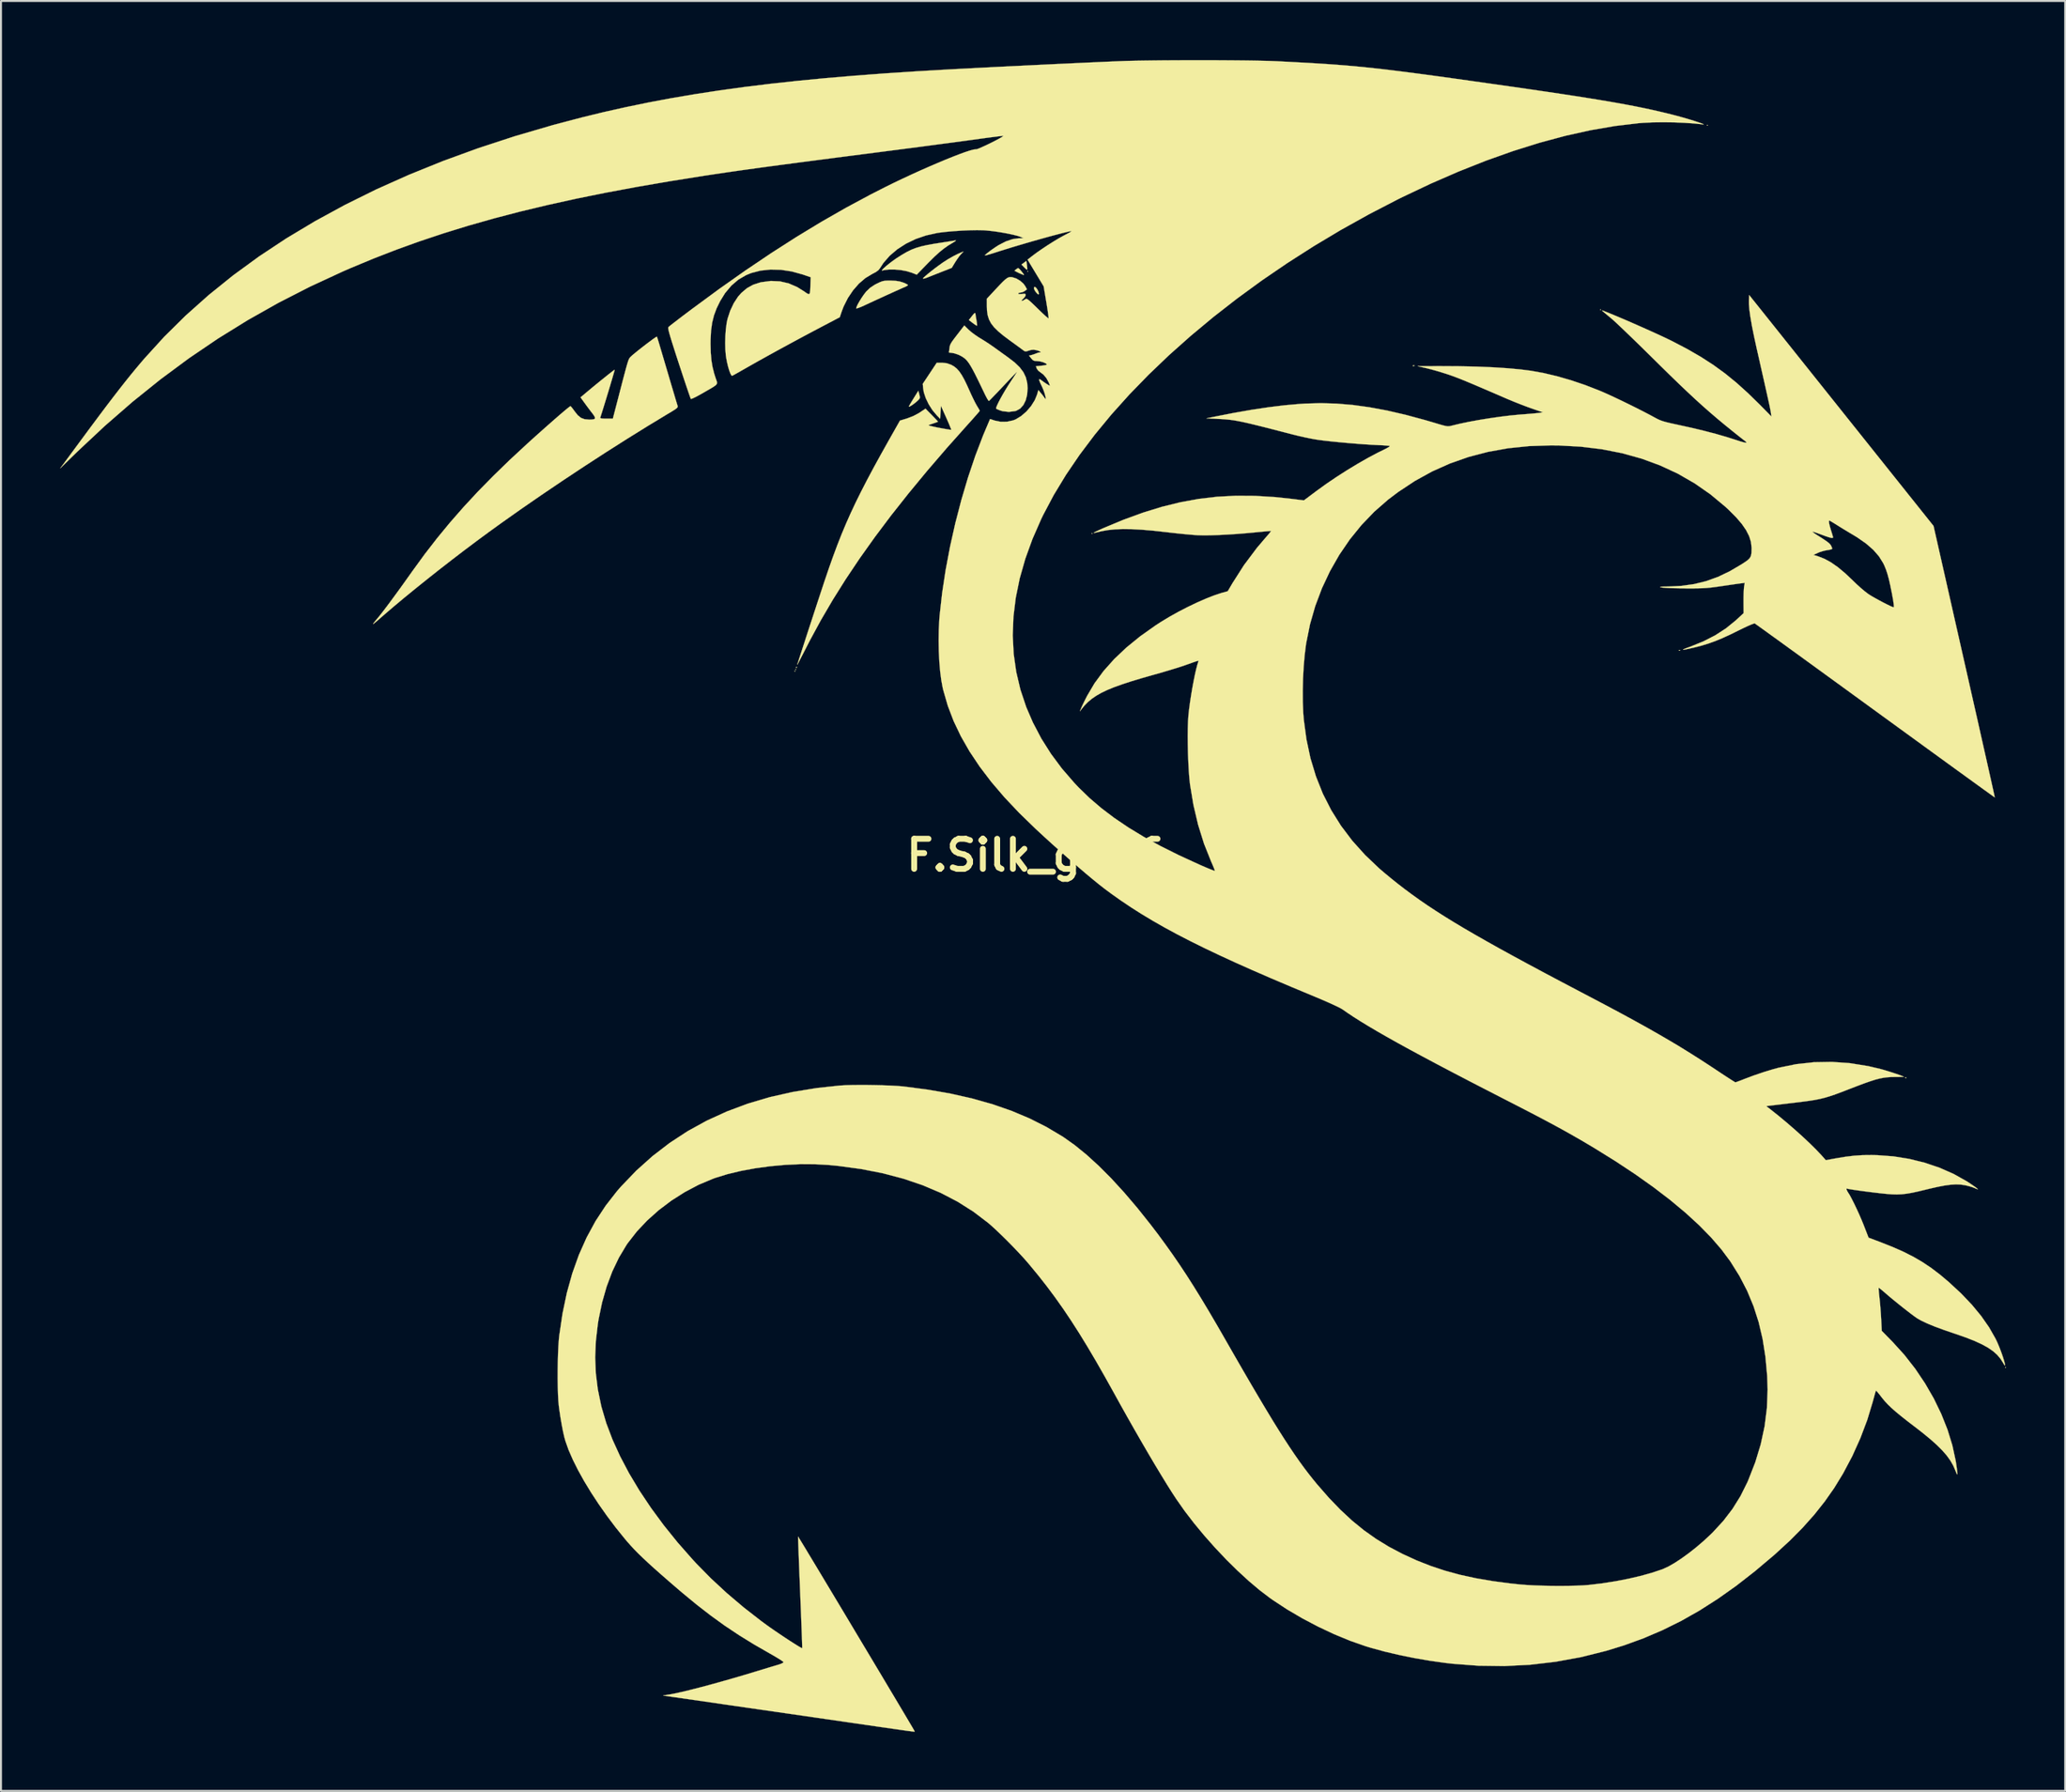
<source format=kicad_pcb>
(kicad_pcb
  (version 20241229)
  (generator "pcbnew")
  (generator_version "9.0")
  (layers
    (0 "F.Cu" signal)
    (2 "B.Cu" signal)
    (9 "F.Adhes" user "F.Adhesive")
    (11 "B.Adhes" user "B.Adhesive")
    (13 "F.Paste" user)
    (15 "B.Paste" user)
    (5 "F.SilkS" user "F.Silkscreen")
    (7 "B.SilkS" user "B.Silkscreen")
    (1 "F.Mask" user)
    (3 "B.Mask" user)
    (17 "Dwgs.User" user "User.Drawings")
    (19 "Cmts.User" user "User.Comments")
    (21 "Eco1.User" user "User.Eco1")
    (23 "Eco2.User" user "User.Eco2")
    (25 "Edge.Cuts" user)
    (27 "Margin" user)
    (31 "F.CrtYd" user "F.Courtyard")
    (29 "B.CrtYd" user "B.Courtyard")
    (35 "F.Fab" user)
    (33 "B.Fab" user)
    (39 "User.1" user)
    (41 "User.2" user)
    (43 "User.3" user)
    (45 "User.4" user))
  (footprint "F.Silk_g836"
    (layer "F.Cu")
    (at 49.504 40.321)
    (property "Reference" "F.Silk_g836" (at 0 0 0) (layer "F.SilkS") (effects (font (size 1.524 1.524) (thickness 0.3))))
    (attr through_hole)
    (fp_poly (pts (xy -12.234 -9.335) (xy -12.255 -9.313) (xy -12.277 -9.335) (xy -12.255 -9.356) (xy -12.234 -9.335)) (stroke (width 0.01) (type solid)) (fill yes) (layer "F.SilkS"))
    (fp_poly (pts (xy -12.192 -9.419) (xy -12.213 -9.398) (xy -12.234 -9.419) (xy -12.213 -9.44) (xy -12.192 -9.419)) (stroke (width 0.01) (type solid)) (fill yes) (layer "F.SilkS"))
    (fp_poly (pts (xy -0.423 -29.612) (xy -0.445 -29.591) (xy -0.466 -29.612) (xy -0.445 -29.633) (xy -0.423 -29.612)) (stroke (width 0.01) (type solid)) (fill yes) (layer "F.SilkS"))
    (fp_poly (pts (xy 2.836 -16.32) (xy 2.815 -16.298) (xy 2.794 -16.32) (xy 2.815 -16.341) (xy 2.836 -16.32)) (stroke (width 0.01) (type solid)) (fill yes) (layer "F.SilkS"))
    (fp_poly (pts (xy 28.617 -27.665) (xy 28.596 -27.644) (xy 28.575 -27.665) (xy 28.596 -27.686) (xy 28.617 -27.665)) (stroke (width 0.01) (type solid)) (fill yes) (layer "F.SilkS"))
    (fp_poly (pts (xy 34.036 -37.02) (xy 34.015 -36.999) (xy 33.994 -37.02) (xy 34.015 -37.042) (xy 34.036 -37.02)) (stroke (width 0.01) (type solid)) (fill yes) (layer "F.SilkS"))
    (fp_poly (pts (xy 49.149 25.971) (xy 49.128 25.993) (xy 49.107 25.971) (xy 49.128 25.95) (xy 49.149 25.971)) (stroke (width 0.01) (type solid)) (fill yes) (layer "F.SilkS"))
    (fp_poly (pts (xy -12.164 -9.553) (xy -12.159 -9.503) (xy -12.164 -9.497) (xy -12.189 -9.503) (xy -12.192 -9.525) (xy -12.177 -9.56) (xy -12.164 -9.553)) (stroke (width 0.01) (type solid)) (fill yes) (layer "F.SilkS"))
    (fp_poly (pts (xy 19.166 -24.833) (xy 19.153 -24.814) (xy 19.11 -24.811) (xy 19.065 -24.821) (xy 19.084 -24.836) (xy 19.151 -24.841) (xy 19.166 -24.833)) (stroke (width 0.01) (type solid)) (fill yes) (layer "F.SilkS"))
    (fp_poly (pts (xy 32.625 -10.4) (xy 32.619 -10.375) (xy 32.597 -10.372) (xy 32.562 -10.387) (xy 32.568 -10.4) (xy 32.619 -10.405) (xy 32.625 -10.4)) (stroke (width 0.01) (type solid)) (fill yes) (layer "F.SilkS"))
    (fp_poly (pts (xy 44.097 11.275) (xy 44.091 11.3) (xy 44.069 11.303) (xy 44.034 11.288) (xy 44.041 11.275) (xy 44.091 11.27) (xy 44.097 11.275)) (stroke (width 0.01) (type solid)) (fill yes) (layer "F.SilkS"))
    (fp_poly (pts (xy -0.486 -29.925) (xy -0.473 -29.801) (xy -0.47 -29.715) (xy -0.475 -29.695) (xy -0.512 -29.711) (xy -0.585 -29.774) (xy -0.628 -29.816) (xy -0.763 -29.956) (xy -0.639 -30.047) (xy -0.516 -30.138) (xy -0.486 -29.925)) (stroke (width 0.01) (type solid)) (fill yes) (layer "F.SilkS"))
    (fp_poly (pts (xy -0.071 -28.817) (xy -0.009 -28.765) (xy 0.056 -28.666) (xy 0.105 -28.556) (xy 0.12 -28.47) (xy 0.12 -28.467) (xy 0.098 -28.439) (xy 0.047 -28.471) (xy -0.021 -28.543) (xy -0.092 -28.644) (xy -0.129 -28.737) (xy -0.127 -28.803) (xy -0.083 -28.821) (xy -0.071 -28.817)) (stroke (width 0.01) (type solid)) (fill yes) (layer "F.SilkS"))
    (fp_poly (pts (xy -0.863 -29.725) (xy -0.779 -29.629) (xy -0.68 -29.505) (xy -0.637 -29.439) (xy -0.646 -29.425) (xy -0.688 -29.441) (xy -0.776 -29.475) (xy -0.783 -29.478) (xy -0.911 -29.534) (xy -1.013 -29.586) (xy -1.117 -29.645) (xy -1.02 -29.723) (xy -0.962 -29.766) (xy -0.917 -29.769) (xy -0.863 -29.725)) (stroke (width 0.01) (type solid)) (fill yes) (layer "F.SilkS"))
    (fp_poly (pts (xy -5.943 -23.365) (xy -5.917 -23.253) (xy -5.921 -23.18) (xy -5.966 -23.113) (xy -6.053 -23.029) (xy -6.161 -22.938) (xy -6.275 -22.852) (xy -6.378 -22.785) (xy -6.452 -22.748) (xy -6.477 -22.751) (xy -6.456 -22.794) (xy -6.399 -22.894) (xy -6.315 -23.033) (xy -6.235 -23.164) (xy -5.993 -23.553) (xy -5.943 -23.365)) (stroke (width 0.01) (type solid)) (fill yes) (layer "F.SilkS"))
    (fp_poly (pts (xy -3.108 -27.491) (xy -3.1 -27.458) (xy -3.087 -27.368) (xy -3.064 -27.23) (xy -3.045 -27.121) (xy -3.023 -26.986) (xy -3.014 -26.89) (xy -3.017 -26.856) (xy -3.057 -26.87) (xy -3.143 -26.924) (xy -3.233 -26.99) (xy -3.431 -27.141) (xy -3.271 -27.345) (xy -3.183 -27.452) (xy -3.132 -27.498) (xy -3.108 -27.491)) (stroke (width 0.01) (type solid)) (fill yes) (layer "F.SilkS"))
    (fp_poly (pts (xy -3.831 -30.48) (xy -3.918 -30.377) (xy -4.023 -30.23) (xy -4.126 -30.073) (xy -4.129 -30.068) (xy -4.299 -29.788) (xy -4.861 -29.566) (xy -5.08 -29.48) (xy -5.284 -29.399) (xy -5.455 -29.331) (xy -5.572 -29.285) (xy -5.59 -29.278) (xy -5.692 -29.245) (xy -5.751 -29.241) (xy -5.757 -29.249) (xy -5.725 -29.291) (xy -5.637 -29.373) (xy -5.506 -29.484) (xy -5.344 -29.615) (xy -5.164 -29.755) (xy -4.978 -29.894) (xy -4.8 -30.022) (xy -4.724 -30.075) (xy -4.484 -30.228) (xy -4.228 -30.374) (xy -3.986 -30.497) (xy -3.817 -30.57) (xy -3.704 -30.613) (xy -3.831 -30.48)) (stroke (width 0.01) (type solid)) (fill yes) (layer "F.SilkS"))
    (fp_poly (pts (xy -7.391 -29.141) (xy -7.143 -29.13) (xy -6.946 -29.099) (xy -6.768 -29.045) (xy -6.763 -29.043) (xy -6.635 -28.989) (xy -6.547 -28.942) (xy -6.519 -28.915) (xy -6.555 -28.879) (xy -6.643 -28.832) (xy -6.678 -28.817) (xy -6.772 -28.777) (xy -6.929 -28.707) (xy -7.137 -28.614) (xy -7.383 -28.503) (xy -7.654 -28.38) (xy -7.935 -28.251) (xy -8.215 -28.122) (xy -8.481 -27.999) (xy -8.719 -27.888) (xy -8.731 -27.882) (xy -8.898 -27.808) (xy -9.032 -27.756) (xy -9.119 -27.73) (xy -9.144 -27.734) (xy -9.12 -27.817) (xy -9.058 -27.949) (xy -8.967 -28.109) (xy -8.86 -28.28) (xy -8.748 -28.442) (xy -8.643 -28.576) (xy -8.632 -28.589) (xy -8.438 -28.775) (xy -8.211 -28.926) (xy -8.098 -28.986) (xy -7.937 -29.063) (xy -7.813 -29.109) (xy -7.694 -29.133) (xy -7.548 -29.141) (xy -7.391 -29.141)) (stroke (width 0.01) (type solid)) (fill yes) (layer "F.SilkS"))
    (fp_poly (pts (xy -4.085 -31.174) (xy -4.129 -31.135) (xy -4.231 -31.071) (xy -4.244 -31.063) (xy -4.482 -30.919) (xy -4.707 -30.76) (xy -4.935 -30.575) (xy -5.181 -30.351) (xy -5.459 -30.075) (xy -5.537 -29.996) (xy -6.075 -29.442) (xy -6.312 -29.536) (xy -6.575 -29.618) (xy -6.873 -29.675) (xy -7.182 -29.704) (xy -7.476 -29.705) (xy -7.728 -29.674) (xy -7.818 -29.651) (xy -7.843 -29.656) (xy -7.811 -29.703) (xy -7.733 -29.781) (xy -7.618 -29.883) (xy -7.477 -29.998) (xy -7.322 -30.117) (xy -7.162 -30.232) (xy -7.091 -30.28) (xy -6.82 -30.453) (xy -6.578 -30.593) (xy -6.349 -30.706) (xy -6.114 -30.797) (xy -5.859 -30.873) (xy -5.565 -30.94) (xy -5.215 -31.004) (xy -4.914 -31.051) (xy -4.672 -31.089) (xy -4.453 -31.123) (xy -4.274 -31.152) (xy -4.15 -31.172) (xy -4.106 -31.18) (xy -4.085 -31.174)) (stroke (width 0.01) (type solid)) (fill yes) (layer "F.SilkS"))
    (fp_poly (pts (xy -3.445 -26.651) (xy -3.309 -26.532) (xy -3.129 -26.397) (xy -2.935 -26.266) (xy -2.853 -26.216) (xy -2.641 -26.086) (xy -2.407 -25.934) (xy -2.194 -25.787) (xy -2.138 -25.747) (xy -1.94 -25.604) (xy -1.714 -25.441) (xy -1.5 -25.288) (xy -1.445 -25.248) (xy -1.112 -24.993) (xy -0.855 -24.745) (xy -0.667 -24.496) (xy -0.542 -24.235) (xy -0.473 -23.951) (xy -0.454 -23.686) (xy -0.477 -23.354) (xy -0.551 -23.066) (xy -0.67 -22.828) (xy -0.831 -22.65) (xy -1.028 -22.541) (xy -1.076 -22.527) (xy -1.403 -22.483) (xy -1.718 -22.519) (xy -1.82 -22.549) (xy -1.941 -22.595) (xy -2.028 -22.636) (xy -2.048 -22.649) (xy -2.045 -22.7) (xy -2.002 -22.811) (xy -1.927 -22.97) (xy -1.825 -23.164) (xy -1.703 -23.383) (xy -1.567 -23.614) (xy -1.423 -23.846) (xy -1.286 -24.056) (xy -1.173 -24.225) (xy -1.081 -24.366) (xy -1.018 -24.465) (xy -0.994 -24.51) (xy -0.994 -24.511) (xy -1.026 -24.482) (xy -1.108 -24.399) (xy -1.231 -24.271) (xy -1.387 -24.107) (xy -1.569 -23.916) (xy -1.696 -23.781) (xy -1.891 -23.575) (xy -2.067 -23.39) (xy -2.216 -23.236) (xy -2.329 -23.12) (xy -2.398 -23.052) (xy -2.416 -23.037) (xy -2.447 -23.067) (xy -2.504 -23.158) (xy -2.576 -23.293) (xy -2.617 -23.376) (xy -2.815 -23.788) (xy -2.982 -24.131) (xy -3.122 -24.413) (xy -3.242 -24.64) (xy -3.344 -24.82) (xy -3.434 -24.961) (xy -3.517 -25.07) (xy -3.597 -25.155) (xy -3.678 -25.223) (xy -3.766 -25.282) (xy -3.82 -25.314) (xy -3.981 -25.391) (xy -4.153 -25.449) (xy -4.242 -25.468) (xy -4.442 -25.495) (xy -4.417 -25.691) (xy -4.405 -25.781) (xy -4.387 -25.856) (xy -4.355 -25.931) (xy -4.303 -26.02) (xy -4.221 -26.137) (xy -4.101 -26.295) (xy -3.974 -26.46) (xy -3.662 -26.865) (xy -3.445 -26.651)) (stroke (width 0.01) (type solid)) (fill yes) (layer "F.SilkS"))
    (fp_poly (pts (xy -4.553 -24.951) (xy -4.339 -24.876) (xy -4.187 -24.791) (xy -4.051 -24.683) (xy -3.923 -24.543) (xy -3.797 -24.359) (xy -3.664 -24.123) (xy -3.519 -23.823) (xy -3.405 -23.569) (xy -3.304 -23.345) (xy -3.2 -23.128) (xy -3.106 -22.941) (xy -3.031 -22.805) (xy -3.019 -22.785) (xy -2.946 -22.665) (xy -2.895 -22.575) (xy -2.879 -22.539) (xy -2.906 -22.502) (xy -2.982 -22.412) (xy -3.098 -22.28) (xy -3.245 -22.113) (xy -3.416 -21.923) (xy -3.461 -21.873) (xy -4.545 -20.658) (xy -5.558 -19.48) (xy -6.503 -18.335) (xy -7.384 -17.22) (xy -8.204 -16.128) (xy -8.966 -15.057) (xy -9.673 -14.002) (xy -10.328 -12.959) (xy -10.934 -11.923) (xy -11.494 -10.89) (xy -11.673 -10.541) (xy -11.803 -10.287) (xy -11.918 -10.064) (xy -12.013 -9.881) (xy -12.083 -9.748) (xy -12.124 -9.674) (xy -12.133 -9.664) (xy -12.077 -9.838) (xy -11.999 -10.08) (xy -11.902 -10.379) (xy -11.79 -10.723) (xy -11.668 -11.1) (xy -11.538 -11.499) (xy -11.404 -11.907) (xy -11.272 -12.312) (xy -11.144 -12.703) (xy -11.024 -13.068) (xy -10.916 -13.396) (xy -10.824 -13.673) (xy -10.753 -13.889) (xy -10.748 -13.902) (xy -10.528 -14.55) (xy -10.314 -15.154) (xy -10.101 -15.726) (xy -9.885 -16.275) (xy -9.661 -16.811) (xy -9.424 -17.345) (xy -9.169 -17.887) (xy -8.892 -18.447) (xy -8.589 -19.036) (xy -8.254 -19.664) (xy -7.882 -20.341) (xy -7.47 -21.077) (xy -7.417 -21.17) (xy -6.924 -22.042) (xy -6.563 -22.152) (xy -6.242 -22.275) (xy -5.949 -22.433) (xy -5.916 -22.455) (xy -5.631 -22.647) (xy -5.313 -22.324) (xy -5.183 -22.191) (xy -5.079 -22.083) (xy -5.013 -22.011) (xy -4.995 -21.99) (xy -5.032 -21.971) (xy -5.126 -21.936) (xy -5.218 -21.905) (xy -5.348 -21.861) (xy -5.447 -21.824) (xy -5.481 -21.809) (xy -5.456 -21.793) (xy -5.362 -21.766) (xy -5.212 -21.731) (xy -5.019 -21.69) (xy -4.93 -21.673) (xy -4.718 -21.634) (xy -4.537 -21.602) (xy -4.403 -21.581) (xy -4.331 -21.573) (xy -4.323 -21.573) (xy -4.334 -21.614) (xy -4.375 -21.719) (xy -4.439 -21.874) (xy -4.522 -22.065) (xy -4.577 -22.189) (xy -4.847 -22.791) (xy -4.868 -22.463) (xy -4.889 -22.136) (xy -5.065 -22.318) (xy -5.281 -22.577) (xy -5.468 -22.873) (xy -5.617 -23.181) (xy -5.715 -23.48) (xy -5.746 -23.666) (xy -5.768 -23.906) (xy -5.413 -24.44) (xy -5.059 -24.975) (xy -4.805 -24.975) (xy -4.553 -24.951)) (stroke (width 0.01) (type solid)) (fill yes) (layer "F.SilkS"))
    (fp_poly (pts (xy -19.248 -26.299) (xy -19.23 -26.248) (xy -19.193 -26.133) (xy -19.145 -25.974) (xy -19.1 -25.823) (xy -18.967 -25.373) (xy -18.838 -24.935) (xy -18.714 -24.517) (xy -18.599 -24.127) (xy -18.494 -23.773) (xy -18.401 -23.462) (xy -18.324 -23.202) (xy -18.264 -23.001) (xy -18.223 -22.867) (xy -18.205 -22.811) (xy -18.194 -22.764) (xy -18.2 -22.723) (xy -18.234 -22.679) (xy -18.308 -22.622) (xy -18.43 -22.543) (xy -18.611 -22.433) (xy -18.683 -22.391) (xy -19.697 -21.777) (xy -20.755 -21.12) (xy -21.842 -20.429) (xy -22.942 -19.715) (xy -24.039 -18.988) (xy -25.117 -18.259) (xy -26.161 -17.538) (xy -27.154 -16.836) (xy -27.771 -16.39) (xy -28.377 -15.943) (xy -29.003 -15.473) (xy -29.638 -14.987) (xy -30.272 -14.494) (xy -30.894 -14.002) (xy -31.493 -13.52) (xy -32.06 -13.057) (xy -32.583 -12.62) (xy -33.052 -12.218) (xy -33.261 -12.034) (xy -33.404 -11.91) (xy -33.523 -11.809) (xy -33.605 -11.745) (xy -33.635 -11.726) (xy -33.622 -11.755) (xy -33.564 -11.833) (xy -33.474 -11.943) (xy -33.451 -11.97) (xy -33.311 -12.139) (xy -33.129 -12.372) (xy -32.908 -12.663) (xy -32.653 -13.007) (xy -32.368 -13.396) (xy -32.059 -13.826) (xy -31.729 -14.289) (xy -31.637 -14.419) (xy -31.026 -15.259) (xy -30.396 -16.073) (xy -29.74 -16.87) (xy -29.049 -17.659) (xy -28.317 -18.448) (xy -27.535 -19.245) (xy -26.696 -20.059) (xy -25.791 -20.898) (xy -25.386 -21.264) (xy -25.04 -21.573) (xy -24.719 -21.857) (xy -24.431 -22.11) (xy -24.179 -22.329) (xy -23.968 -22.509) (xy -23.803 -22.646) (xy -23.691 -22.735) (xy -23.635 -22.773) (xy -23.631 -22.774) (xy -23.594 -22.74) (xy -23.523 -22.654) (xy -23.433 -22.532) (xy -23.41 -22.5) (xy -23.254 -22.306) (xy -23.096 -22.18) (xy -22.914 -22.112) (xy -22.685 -22.091) (xy -22.564 -22.094) (xy -22.442 -22.11) (xy -22.386 -22.148) (xy -22.393 -22.22) (xy -22.464 -22.336) (xy -22.524 -22.415) (xy -22.647 -22.575) (xy -22.788 -22.763) (xy -22.915 -22.937) (xy -23.119 -23.22) (xy -22.919 -23.389) (xy -22.731 -23.547) (xy -22.524 -23.719) (xy -22.309 -23.896) (xy -22.095 -24.07) (xy -21.892 -24.233) (xy -21.711 -24.378) (xy -21.561 -24.496) (xy -21.452 -24.578) (xy -21.395 -24.618) (xy -21.389 -24.62) (xy -21.398 -24.579) (xy -21.428 -24.469) (xy -21.477 -24.301) (xy -21.539 -24.089) (xy -21.612 -23.843) (xy -21.692 -23.577) (xy -21.776 -23.3) (xy -21.859 -23.027) (xy -21.939 -22.768) (xy -22.011 -22.535) (xy -22.072 -22.341) (xy -22.119 -22.197) (xy -22.12 -22.193) (xy -22.106 -22.165) (xy -22.033 -22.148) (xy -21.891 -22.141) (xy -21.809 -22.14) (xy -21.481 -22.14) (xy -21.192 -23.252) (xy -21.077 -23.696) (xy -20.981 -24.066) (xy -20.901 -24.368) (xy -20.836 -24.611) (xy -20.784 -24.801) (xy -20.741 -24.946) (xy -20.707 -25.054) (xy -20.678 -25.131) (xy -20.653 -25.184) (xy -20.629 -25.222) (xy -20.604 -25.252) (xy -20.579 -25.278) (xy -20.495 -25.355) (xy -20.367 -25.462) (xy -20.209 -25.591) (xy -20.032 -25.731) (xy -19.848 -25.873) (xy -19.669 -26.009) (xy -19.508 -26.129) (xy -19.376 -26.223) (xy -19.285 -26.283) (xy -19.248 -26.299) (xy -19.248 -26.299)) (stroke (width 0.01) (type solid)) (fill yes) (layer "F.SilkS"))
    (fp_poly (pts (xy 8.844 -40.316) (xy 9.432 -40.313) (xy 9.997 -40.309) (xy 10.53 -40.304) (xy 11.02 -40.297) (xy 11.457 -40.288) (xy 11.83 -40.278) (xy 12.129 -40.267) (xy 12.15 -40.266) (xy 12.75 -40.236) (xy 13.307 -40.206) (xy 13.827 -40.178) (xy 14.317 -40.148) (xy 14.784 -40.118) (xy 15.235 -40.085) (xy 15.677 -40.05) (xy 16.117 -40.012) (xy 16.563 -39.969) (xy 17.019 -39.922) (xy 17.495 -39.869) (xy 17.997 -39.809) (xy 18.531 -39.743) (xy 19.105 -39.669) (xy 19.726 -39.586) (xy 20.401 -39.495) (xy 21.136 -39.393) (xy 21.939 -39.28) (xy 22.816 -39.156) (xy 23.114 -39.114) (xy 24.085 -38.976) (xy 24.978 -38.847) (xy 25.798 -38.727) (xy 26.55 -38.615) (xy 27.239 -38.51) (xy 27.872 -38.411) (xy 28.452 -38.317) (xy 28.987 -38.228) (xy 29.481 -38.141) (xy 29.94 -38.057) (xy 30.369 -37.975) (xy 30.773 -37.893) (xy 31.158 -37.811) (xy 31.529 -37.727) (xy 31.892 -37.641) (xy 32.187 -37.568) (xy 32.422 -37.507) (xy 32.668 -37.44) (xy 32.913 -37.37) (xy 33.149 -37.3) (xy 33.364 -37.233) (xy 33.55 -37.173) (xy 33.695 -37.122) (xy 33.79 -37.085) (xy 33.825 -37.064) (xy 33.789 -37.062) (xy 33.782 -37.063) (xy 33.344 -37.11) (xy 32.847 -37.144) (xy 32.316 -37.165) (xy 31.775 -37.172) (xy 31.25 -37.165) (xy 30.765 -37.143) (xy 30.522 -37.124) (xy 29.329 -36.982) (xy 28.094 -36.769) (xy 26.82 -36.486) (xy 25.511 -36.134) (xy 24.169 -35.714) (xy 22.798 -35.227) (xy 21.401 -34.673) (xy 19.981 -34.055) (xy 18.54 -33.372) (xy 18.288 -33.247) (xy 16.842 -32.497) (xy 15.428 -31.709) (xy 14.051 -30.885) (xy 12.713 -30.029) (xy 11.417 -29.144) (xy 10.167 -28.231) (xy 8.965 -27.295) (xy 7.816 -26.338) (xy 6.721 -25.363) (xy 5.685 -24.372) (xy 4.71 -23.369) (xy 3.8 -22.356) (xy 2.958 -21.336) (xy 2.187 -20.312) (xy 1.49 -19.288) (xy 0.87 -18.265) (xy 0.331 -17.246) (xy 0.242 -17.062) (xy -0.205 -16.042) (xy -0.57 -15.035) (xy -0.853 -14.041) (xy -1.053 -13.062) (xy -1.171 -12.098) (xy -1.207 -11.148) (xy -1.16 -10.215) (xy -1.03 -9.298) (xy -0.818 -8.398) (xy -0.523 -7.516) (xy -0.185 -6.732) (xy 0.243 -5.917) (xy 0.732 -5.143) (xy 1.286 -4.397) (xy 1.916 -3.669) (xy 2.138 -3.434) (xy 2.687 -2.901) (xy 3.288 -2.387) (xy 3.945 -1.889) (xy 4.663 -1.404) (xy 5.447 -0.928) (xy 6.3 -0.46) (xy 7.229 0.003) (xy 8.237 0.466) (xy 8.375 0.527) (xy 8.591 0.62) (xy 8.779 0.698) (xy 8.925 0.756) (xy 9.017 0.789) (xy 9.042 0.794) (xy 9.032 0.751) (xy 8.993 0.646) (xy 8.931 0.496) (xy 8.852 0.315) (xy 8.849 0.308) (xy 8.49 -0.591) (xy 8.192 -1.548) (xy 7.954 -2.56) (xy 7.785 -3.577) (xy 7.75 -3.89) (xy 7.721 -4.265) (xy 7.698 -4.685) (xy 7.68 -5.132) (xy 7.67 -5.585) (xy 7.666 -6.028) (xy 7.67 -6.441) (xy 7.682 -6.806) (xy 7.702 -7.098) (xy 7.735 -7.404) (xy 7.781 -7.744) (xy 7.836 -8.104) (xy 7.897 -8.468) (xy 7.963 -8.821) (xy 8.029 -9.148) (xy 8.094 -9.435) (xy 8.155 -9.667) (xy 8.202 -9.813) (xy 8.212 -9.839) (xy 8.211 -9.855) (xy 8.189 -9.859) (xy 8.135 -9.846) (xy 8.038 -9.816) (xy 7.889 -9.764) (xy 7.676 -9.688) (xy 7.529 -9.636) (xy 7.328 -9.568) (xy 7.066 -9.485) (xy 6.763 -9.392) (xy 6.439 -9.296) (xy 6.115 -9.202) (xy 5.984 -9.166) (xy 5.365 -8.99) (xy 4.822 -8.827) (xy 4.35 -8.673) (xy 3.94 -8.526) (xy 3.587 -8.381) (xy 3.283 -8.236) (xy 3.023 -8.087) (xy 2.798 -7.932) (xy 2.603 -7.767) (xy 2.43 -7.589) (xy 2.315 -7.451) (xy 2.2 -7.303) (xy 2.268 -7.472) (xy 2.315 -7.578) (xy 2.391 -7.737) (xy 2.484 -7.924) (xy 2.567 -8.086) (xy 2.941 -8.72) (xy 3.397 -9.34) (xy 3.935 -9.944) (xy 4.554 -10.531) (xy 5.252 -11.1) (xy 6.028 -11.65) (xy 6.308 -11.832) (xy 6.738 -12.092) (xy 7.198 -12.349) (xy 7.671 -12.593) (xy 8.142 -12.818) (xy 8.594 -13.016) (xy 9.013 -13.18) (xy 9.381 -13.302) (xy 9.431 -13.316) (xy 9.696 -13.389) (xy 9.934 -13.796) (xy 10.519 -14.713) (xy 11.175 -15.588) (xy 11.592 -16.079) (xy 11.716 -16.22) (xy 11.813 -16.337) (xy 11.874 -16.415) (xy 11.889 -16.442) (xy 11.845 -16.442) (xy 11.729 -16.434) (xy 11.558 -16.419) (xy 11.345 -16.399) (xy 11.155 -16.38) (xy 10.66 -16.334) (xy 10.166 -16.294) (xy 9.684 -16.263) (xy 9.23 -16.24) (xy 8.818 -16.226) (xy 8.461 -16.223) (xy 8.174 -16.23) (xy 8.17 -16.23) (xy 7.973 -16.244) (xy 7.712 -16.266) (xy 7.406 -16.295) (xy 7.077 -16.329) (xy 6.744 -16.366) (xy 6.583 -16.385) (xy 5.931 -16.458) (xy 5.353 -16.508) (xy 4.84 -16.536) (xy 4.386 -16.542) (xy 3.98 -16.527) (xy 3.617 -16.49) (xy 3.287 -16.43) (xy 3.16 -16.4) (xy 3.027 -16.368) (xy 2.931 -16.351) (xy 2.897 -16.351) (xy 2.927 -16.372) (xy 3.022 -16.42) (xy 3.166 -16.488) (xy 3.346 -16.57) (xy 3.378 -16.584) (xy 4.406 -17.012) (xy 5.394 -17.373) (xy 6.354 -17.669) (xy 7.295 -17.901) (xy 8.228 -18.071) (xy 9.163 -18.181) (xy 10.111 -18.231) (xy 11.082 -18.225) (xy 12.085 -18.163) (xy 12.905 -18.076) (xy 13.555 -17.995) (xy 14.225 -18.496) (xy 14.701 -18.84) (xy 15.217 -19.189) (xy 15.755 -19.533) (xy 16.297 -19.861) (xy 16.823 -20.161) (xy 17.316 -20.422) (xy 17.59 -20.556) (xy 17.752 -20.638) (xy 17.863 -20.703) (xy 17.912 -20.745) (xy 17.907 -20.757) (xy 17.843 -20.767) (xy 17.712 -20.778) (xy 17.532 -20.79) (xy 17.321 -20.8) (xy 17.28 -20.802) (xy 16.96 -20.818) (xy 16.593 -20.842) (xy 16.197 -20.872) (xy 15.788 -20.906) (xy 15.383 -20.943) (xy 14.998 -20.981) (xy 14.649 -21.019) (xy 14.354 -21.056) (xy 14.152 -21.086) (xy 13.91 -21.13) (xy 13.621 -21.19) (xy 13.319 -21.257) (xy 13.039 -21.326) (xy 13.009 -21.333) (xy 12.446 -21.479) (xy 11.957 -21.605) (xy 11.536 -21.713) (xy 11.173 -21.803) (xy 10.862 -21.879) (xy 10.595 -21.941) (xy 10.365 -21.99) (xy 10.163 -22.029) (xy 9.983 -22.06) (xy 9.817 -22.082) (xy 9.657 -22.099) (xy 9.496 -22.112) (xy 9.326 -22.122) (xy 9.186 -22.129) (xy 8.615 -22.156) (xy 8.996 -22.234) (xy 9.986 -22.428) (xy 10.905 -22.589) (xy 11.76 -22.718) (xy 12.558 -22.816) (xy 13.304 -22.883) (xy 13.624 -22.904) (xy 14.412 -22.926) (xy 15.212 -22.903) (xy 16.033 -22.834) (xy 16.883 -22.717) (xy 17.771 -22.552) (xy 18.705 -22.336) (xy 19.694 -22.07) (xy 20.146 -21.937) (xy 20.399 -21.861) (xy 20.586 -21.807) (xy 20.722 -21.773) (xy 20.822 -21.756) (xy 20.901 -21.754) (xy 20.973 -21.765) (xy 21.054 -21.785) (xy 21.056 -21.785) (xy 21.456 -21.882) (xy 21.92 -21.979) (xy 22.427 -22.072) (xy 22.957 -22.158) (xy 23.49 -22.235) (xy 24.003 -22.298) (xy 24.478 -22.344) (xy 24.596 -22.353) (xy 24.842 -22.372) (xy 25.076 -22.392) (xy 25.277 -22.41) (xy 25.424 -22.425) (xy 25.463 -22.43) (xy 25.675 -22.46) (xy 25.082 -22.665) (xy 24.826 -22.758) (xy 24.524 -22.874) (xy 24.208 -22.999) (xy 23.912 -23.122) (xy 23.812 -23.164) (xy 23.301 -23.386) (xy 22.86 -23.576) (xy 22.482 -23.738) (xy 22.159 -23.876) (xy 21.883 -23.991) (xy 21.648 -24.088) (xy 21.445 -24.17) (xy 21.268 -24.238) (xy 21.109 -24.297) (xy 20.96 -24.35) (xy 20.815 -24.399) (xy 20.807 -24.402) (xy 20.547 -24.484) (xy 20.27 -24.567) (xy 20.005 -24.64) (xy 19.785 -24.696) (xy 19.77 -24.7) (xy 19.325 -24.801) (xy 20.447 -24.804) (xy 21.414 -24.798) (xy 22.31 -24.779) (xy 23.133 -24.745) (xy 23.879 -24.697) (xy 24.547 -24.635) (xy 25.061 -24.57) (xy 25.701 -24.455) (xy 26.387 -24.292) (xy 27.099 -24.087) (xy 27.818 -23.844) (xy 28.524 -23.57) (xy 28.691 -23.5) (xy 28.961 -23.38) (xy 29.287 -23.229) (xy 29.65 -23.057) (xy 30.03 -22.872) (xy 30.409 -22.684) (xy 30.767 -22.502) (xy 31.087 -22.335) (xy 31.335 -22.201) (xy 31.473 -22.127) (xy 31.601 -22.068) (xy 31.736 -22.017) (xy 31.897 -21.97) (xy 32.101 -21.92) (xy 32.366 -21.861) (xy 32.451 -21.843) (xy 33.192 -21.68) (xy 33.86 -21.52) (xy 34.47 -21.36) (xy 35.031 -21.197) (xy 35.466 -21.058) (xy 35.71 -20.979) (xy 35.878 -20.933) (xy 35.974 -20.917) (xy 36 -20.932) (xy 35.96 -20.977) (xy 35.92 -21.009) (xy 35.842 -21.068) (xy 35.714 -21.169) (xy 35.55 -21.298) (xy 35.367 -21.445) (xy 35.285 -21.51) (xy 34.894 -21.827) (xy 34.52 -22.138) (xy 34.153 -22.452) (xy 33.785 -22.776) (xy 33.407 -23.119) (xy 33.011 -23.488) (xy 32.587 -23.891) (xy 32.127 -24.336) (xy 31.622 -24.832) (xy 31.369 -25.082) (xy 31.028 -25.419) (xy 30.695 -25.746) (xy 30.375 -26.058) (xy 30.075 -26.348) (xy 29.803 -26.61) (xy 29.564 -26.837) (xy 29.366 -27.023) (xy 29.215 -27.161) (xy 29.125 -27.238) (xy 28.933 -27.397) (xy 28.799 -27.508) (xy 28.717 -27.579) (xy 28.678 -27.618) (xy 28.676 -27.63) (xy 28.704 -27.623) (xy 28.744 -27.608) (xy 29.038 -27.491) (xy 29.39 -27.345) (xy 29.784 -27.178) (xy 30.204 -26.996) (xy 30.634 -26.807) (xy 31.057 -26.618) (xy 31.458 -26.436) (xy 31.82 -26.268) (xy 32.127 -26.121) (xy 32.248 -26.061) (xy 32.997 -25.669) (xy 33.679 -25.275) (xy 34.311 -24.867) (xy 34.909 -24.433) (xy 35.49 -23.959) (xy 36.071 -23.435) (xy 36.654 -22.864) (xy 37.261 -22.248) (xy 37.231 -22.459) (xy 37.222 -22.513) (xy 37.209 -22.583) (xy 37.191 -22.675) (xy 37.166 -22.796) (xy 37.133 -22.95) (xy 37.09 -23.144) (xy 37.037 -23.383) (xy 36.972 -23.673) (xy 36.894 -24.021) (xy 36.801 -24.431) (xy 36.693 -24.91) (xy 36.568 -25.464) (xy 36.515 -25.694) (xy 36.382 -26.304) (xy 36.275 -26.834) (xy 36.196 -27.285) (xy 36.144 -27.657) (xy 36.12 -27.952) (xy 36.119 -28.122) (xy 36.132 -28.409) (xy 40.805 -22.555) (xy 45.479 -16.7) (xy 47.036 -9.822) (xy 47.206 -9.075) (xy 47.369 -8.351) (xy 47.527 -7.653) (xy 47.678 -6.987) (xy 47.82 -6.356) (xy 47.953 -5.764) (xy 48.076 -5.217) (xy 48.189 -4.717) (xy 48.289 -4.271) (xy 48.376 -3.881) (xy 48.449 -3.552) (xy 48.508 -3.289) (xy 48.55 -3.096) (xy 48.576 -2.976) (xy 48.584 -2.935) (xy 48.55 -2.958) (xy 48.45 -3.029) (xy 48.289 -3.145) (xy 48.069 -3.303) (xy 47.796 -3.501) (xy 47.47 -3.736) (xy 47.098 -4.006) (xy 46.681 -4.308) (xy 46.223 -4.64) (xy 45.727 -5) (xy 45.198 -5.384) (xy 44.639 -5.791) (xy 44.052 -6.217) (xy 43.442 -6.661) (xy 42.811 -7.119) (xy 42.522 -7.33) (xy 41.883 -7.795) (xy 41.262 -8.246) (xy 40.663 -8.682) (xy 40.089 -9.099) (xy 39.543 -9.496) (xy 39.029 -9.869) (xy 38.551 -10.216) (xy 38.111 -10.534) (xy 37.715 -10.822) (xy 37.364 -11.075) (xy 37.062 -11.293) (xy 36.814 -11.472) (xy 36.622 -11.61) (xy 36.49 -11.704) (xy 36.422 -11.752) (xy 36.412 -11.758) (xy 36.359 -11.747) (xy 36.242 -11.702) (xy 36.074 -11.63) (xy 35.868 -11.534) (xy 35.637 -11.421) (xy 35.587 -11.397) (xy 35.146 -11.181) (xy 34.757 -11.003) (xy 34.402 -10.857) (xy 34.061 -10.735) (xy 33.716 -10.629) (xy 33.346 -10.534) (xy 33.117 -10.482) (xy 32.923 -10.441) (xy 32.809 -10.422) (xy 32.775 -10.426) (xy 32.821 -10.453) (xy 32.948 -10.505) (xy 33.147 -10.578) (xy 33.814 -10.847) (xy 34.412 -11.154) (xy 34.952 -11.503) (xy 35.444 -11.902) (xy 35.504 -11.957) (xy 35.851 -12.278) (xy 35.847 -12.86) (xy 35.848 -13.091) (xy 35.853 -13.31) (xy 35.862 -13.492) (xy 35.874 -13.615) (xy 35.876 -13.627) (xy 35.908 -13.814) (xy 35.702 -13.788) (xy 35.594 -13.774) (xy 35.419 -13.749) (xy 35.197 -13.717) (xy 34.945 -13.68) (xy 34.713 -13.646) (xy 34.439 -13.607) (xy 34.205 -13.577) (xy 33.989 -13.556) (xy 33.771 -13.543) (xy 33.529 -13.535) (xy 33.243 -13.532) (xy 32.935 -13.533) (xy 32.64 -13.535) (xy 32.36 -13.541) (xy 32.112 -13.55) (xy 31.91 -13.56) (xy 31.771 -13.572) (xy 31.729 -13.578) (xy 31.646 -13.597) (xy 31.614 -13.609) (xy 31.641 -13.617) (xy 31.733 -13.622) (xy 31.898 -13.625) (xy 32.012 -13.626) (xy 32.697 -13.66) (xy 33.338 -13.75) (xy 33.95 -13.9) (xy 34.547 -14.115) (xy 35.143 -14.399) (xy 35.751 -14.757) (xy 35.909 -14.86) (xy 36.062 -14.969) (xy 36.163 -15.07) (xy 36.222 -15.183) (xy 36.249 -15.332) (xy 36.255 -15.537) (xy 36.255 -15.6) (xy 36.222 -15.89) (xy 36.131 -16.183) (xy 36.016 -16.409) (xy 39.34 -16.409) (xy 39.364 -16.381) (xy 39.444 -16.322) (xy 39.548 -16.253) (xy 39.792 -16.099) (xy 39.973 -15.98) (xy 40.102 -15.889) (xy 40.19 -15.817) (xy 40.246 -15.757) (xy 40.282 -15.703) (xy 40.325 -15.607) (xy 40.344 -15.544) (xy 40.344 -15.543) (xy 40.305 -15.517) (xy 40.206 -15.491) (xy 40.1 -15.475) (xy 39.916 -15.438) (xy 39.718 -15.377) (xy 39.624 -15.339) (xy 39.391 -15.233) (xy 39.632 -15.157) (xy 39.956 -15.03) (xy 40.287 -14.848) (xy 40.632 -14.606) (xy 41 -14.299) (xy 41.381 -13.937) (xy 41.588 -13.738) (xy 41.799 -13.548) (xy 41.996 -13.382) (xy 42.161 -13.256) (xy 42.206 -13.225) (xy 42.354 -13.134) (xy 42.536 -13.03) (xy 42.736 -12.92) (xy 42.938 -12.813) (xy 43.127 -12.717) (xy 43.288 -12.639) (xy 43.405 -12.589) (xy 43.459 -12.573) (xy 43.47 -12.614) (xy 43.461 -12.733) (xy 43.433 -12.929) (xy 43.385 -13.198) (xy 43.366 -13.299) (xy 43.287 -13.686) (xy 43.215 -14.003) (xy 43.143 -14.267) (xy 43.069 -14.49) (xy 42.987 -14.69) (xy 42.928 -14.813) (xy 42.713 -15.158) (xy 42.425 -15.489) (xy 42.06 -15.807) (xy 41.616 -16.117) (xy 41.41 -16.242) (xy 41.186 -16.375) (xy 40.936 -16.527) (xy 40.7 -16.672) (xy 40.61 -16.729) (xy 40.45 -16.829) (xy 40.317 -16.909) (xy 40.228 -16.961) (xy 40.197 -16.976) (xy 40.175 -16.938) (xy 40.186 -16.827) (xy 40.229 -16.649) (xy 40.28 -16.48) (xy 40.329 -16.323) (xy 40.366 -16.198) (xy 40.384 -16.126) (xy 40.385 -16.118) (xy 40.367 -16.092) (xy 40.304 -16.093) (xy 40.188 -16.121) (xy 40.01 -16.18) (xy 39.805 -16.256) (xy 39.625 -16.322) (xy 39.477 -16.373) (xy 39.376 -16.404) (xy 39.34 -16.409) (xy 36.016 -16.409) (xy 35.977 -16.486) (xy 35.758 -16.804) (xy 35.468 -17.142) (xy 35.106 -17.505) (xy 34.931 -17.668) (xy 34.173 -18.299) (xy 33.369 -18.859) (xy 32.52 -19.348) (xy 31.625 -19.765) (xy 30.686 -20.111) (xy 29.701 -20.386) (xy 28.67 -20.589) (xy 27.594 -20.72) (xy 26.473 -20.781) (xy 26.077 -20.785) (xy 24.974 -20.749) (xy 23.913 -20.64) (xy 22.893 -20.457) (xy 21.912 -20.201) (xy 20.967 -19.87) (xy 20.058 -19.464) (xy 19.183 -18.982) (xy 18.339 -18.423) (xy 17.823 -18.033) (xy 17.124 -17.422) (xy 16.477 -16.748) (xy 15.884 -16.017) (xy 15.35 -15.234) (xy 14.877 -14.406) (xy 14.47 -13.539) (xy 14.131 -12.639) (xy 13.865 -11.712) (xy 13.674 -10.765) (xy 13.656 -10.647) (xy 13.592 -10.128) (xy 13.543 -9.556) (xy 13.511 -8.957) (xy 13.497 -8.353) (xy 13.5 -7.768) (xy 13.522 -7.225) (xy 13.548 -6.891) (xy 13.683 -5.882) (xy 13.888 -4.919) (xy 14.166 -4) (xy 14.515 -3.124) (xy 14.939 -2.289) (xy 15.437 -1.493) (xy 16.01 -0.734) (xy 16.66 -0.011) (xy 17.386 0.679) (xy 17.632 0.889) (xy 17.979 1.176) (xy 18.327 1.455) (xy 18.681 1.728) (xy 19.045 1.998) (xy 19.424 2.269) (xy 19.821 2.542) (xy 20.242 2.82) (xy 20.689 3.105) (xy 21.169 3.401) (xy 21.683 3.709) (xy 22.238 4.032) (xy 22.838 4.374) (xy 23.485 4.736) (xy 24.186 5.121) (xy 24.944 5.532) (xy 25.763 5.971) (xy 26.648 6.44) (xy 27.603 6.943) (xy 28.046 7.175) (xy 28.865 7.607) (xy 29.617 8.009) (xy 30.309 8.385) (xy 30.951 8.741) (xy 31.552 9.083) (xy 32.12 9.414) (xy 32.665 9.741) (xy 33.195 10.069) (xy 33.719 10.402) (xy 34.246 10.746) (xy 34.495 10.911) (xy 34.741 11.075) (xy 34.964 11.221) (xy 35.155 11.345) (xy 35.303 11.439) (xy 35.399 11.497) (xy 35.433 11.515) (xy 35.484 11.5) (xy 35.595 11.46) (xy 35.75 11.402) (xy 35.884 11.349) (xy 36.373 11.165) (xy 36.871 10.996) (xy 37.347 10.851) (xy 37.617 10.778) (xy 38.509 10.596) (xy 39.414 10.496) (xy 40.329 10.48) (xy 41.251 10.546) (xy 42.176 10.695) (xy 42.784 10.838) (xy 42.959 10.887) (xy 43.161 10.948) (xy 43.371 11.014) (xy 43.573 11.081) (xy 43.75 11.142) (xy 43.885 11.193) (xy 43.961 11.226) (xy 43.97 11.233) (xy 43.935 11.237) (xy 43.832 11.24) (xy 43.677 11.242) (xy 43.527 11.243) (xy 43.319 11.247) (xy 43.127 11.26) (xy 42.937 11.285) (xy 42.74 11.324) (xy 42.522 11.381) (xy 42.273 11.46) (xy 41.981 11.562) (xy 41.634 11.692) (xy 41.222 11.851) (xy 41.212 11.855) (xy 40.829 12.003) (xy 40.506 12.123) (xy 40.225 12.219) (xy 39.967 12.296) (xy 39.715 12.358) (xy 39.451 12.41) (xy 39.156 12.456) (xy 38.813 12.502) (xy 38.544 12.535) (xy 38.239 12.571) (xy 37.948 12.606) (xy 37.685 12.638) (xy 37.467 12.664) (xy 37.308 12.683) (xy 37.241 12.691) (xy 36.996 12.721) (xy 37.241 12.911) (xy 37.638 13.227) (xy 38.045 13.566) (xy 38.45 13.917) (xy 38.839 14.267) (xy 39.2 14.606) (xy 39.52 14.922) (xy 39.787 15.203) (xy 39.835 15.257) (xy 40.018 15.464) (xy 40.509 15.374) (xy 41 15.292) (xy 41.447 15.238) (xy 41.884 15.209) (xy 42.344 15.204) (xy 42.63 15.21) (xy 43.443 15.27) (xy 44.247 15.398) (xy 45.032 15.592) (xy 45.786 15.847) (xy 46.498 16.161) (xy 47.155 16.529) (xy 47.318 16.635) (xy 47.523 16.774) (xy 47.657 16.872) (xy 47.72 16.927) (xy 47.711 16.939) (xy 47.631 16.909) (xy 47.574 16.882) (xy 47.443 16.831) (xy 47.266 16.778) (xy 47.077 16.733) (xy 47.06 16.73) (xy 46.844 16.699) (xy 46.61 16.691) (xy 46.346 16.707) (xy 46.042 16.748) (xy 45.686 16.816) (xy 45.265 16.912) (xy 45.102 16.952) (xy 44.716 17.045) (xy 44.393 17.115) (xy 44.116 17.163) (xy 43.866 17.191) (xy 43.626 17.201) (xy 43.378 17.195) (xy 43.104 17.174) (xy 43.001 17.164) (xy 42.76 17.138) (xy 42.494 17.107) (xy 42.218 17.073) (xy 41.945 17.038) (xy 41.688 17.003) (xy 41.461 16.97) (xy 41.277 16.942) (xy 41.151 16.919) (xy 41.095 16.905) (xy 41.064 16.907) (xy 41.071 16.961) (xy 41.111 17.046) (xy 41.143 17.096) (xy 41.226 17.229) (xy 41.332 17.425) (xy 41.454 17.667) (xy 41.584 17.939) (xy 41.715 18.226) (xy 41.838 18.511) (xy 41.947 18.778) (xy 41.95 18.788) (xy 42.185 19.393) (xy 42.778 19.616) (xy 43.401 19.863) (xy 43.956 20.108) (xy 44.459 20.363) (xy 44.925 20.635) (xy 45.37 20.934) (xy 45.811 21.27) (xy 46.245 21.636) (xy 46.875 22.219) (xy 47.423 22.794) (xy 47.895 23.366) (xy 48.294 23.938) (xy 48.623 24.516) (xy 48.639 24.547) (xy 48.716 24.712) (xy 48.794 24.896) (xy 48.87 25.088) (xy 48.94 25.278) (xy 49.002 25.458) (xy 49.051 25.618) (xy 49.086 25.746) (xy 49.104 25.835) (xy 49.1 25.874) (xy 49.073 25.853) (xy 49.018 25.763) (xy 49.018 25.762) (xy 48.88 25.541) (xy 48.71 25.338) (xy 48.501 25.151) (xy 48.246 24.974) (xy 47.938 24.803) (xy 47.568 24.633) (xy 47.131 24.46) (xy 46.618 24.28) (xy 46.545 24.256) (xy 46.002 24.07) (xy 45.541 23.9) (xy 45.161 23.743) (xy 44.86 23.601) (xy 44.657 23.486) (xy 44.533 23.4) (xy 44.357 23.27) (xy 44.145 23.107) (xy 43.91 22.923) (xy 43.666 22.727) (xy 43.426 22.532) (xy 43.205 22.348) (xy 43.017 22.186) (xy 42.999 22.17) (xy 42.871 22.061) (xy 42.769 21.979) (xy 42.707 21.937) (xy 42.696 21.934) (xy 42.695 21.98) (xy 42.702 22.092) (xy 42.717 22.254) (xy 42.737 22.437) (xy 42.762 22.676) (xy 42.787 22.963) (xy 42.808 23.261) (xy 42.824 23.521) (xy 42.853 24.118) (xy 43.409 24.685) (xy 44.003 25.339) (xy 44.551 26.041) (xy 45.048 26.781) (xy 45.491 27.548) (xy 45.872 28.335) (xy 46.188 29.13) (xy 46.433 29.924) (xy 46.603 30.708) (xy 46.628 30.866) (xy 46.663 31.114) (xy 46.682 31.283) (xy 46.687 31.376) (xy 46.675 31.397) (xy 46.647 31.35) (xy 46.602 31.239) (xy 46.591 31.211) (xy 46.479 30.952) (xy 46.335 30.699) (xy 46.152 30.444) (xy 45.924 30.181) (xy 45.645 29.903) (xy 45.31 29.605) (xy 44.911 29.278) (xy 44.514 28.97) (xy 44.141 28.684) (xy 43.829 28.437) (xy 43.569 28.223) (xy 43.353 28.033) (xy 43.172 27.859) (xy 43.017 27.693) (xy 42.879 27.527) (xy 42.82 27.45) (xy 42.714 27.315) (xy 42.628 27.211) (xy 42.573 27.155) (xy 42.56 27.149) (xy 42.543 27.194) (xy 42.509 27.306) (xy 42.464 27.469) (xy 42.41 27.666) (xy 42.397 27.716) (xy 42.119 28.634) (xy 41.769 29.56) (xy 41.358 30.472) (xy 40.893 31.35) (xy 40.441 32.089) (xy 39.962 32.772) (xy 39.433 33.439) (xy 38.845 34.098) (xy 38.191 34.758) (xy 37.462 35.428) (xy 37.38 35.5) (xy 36.419 36.311) (xy 35.476 37.046) (xy 34.543 37.707) (xy 33.614 38.3) (xy 32.681 38.829) (xy 31.737 39.296) (xy 30.775 39.708) (xy 29.789 40.066) (xy 28.89 40.343) (xy 27.611 40.663) (xy 26.324 40.898) (xy 25.029 41.05) (xy 23.724 41.117) (xy 22.411 41.1) (xy 21.087 40.999) (xy 20.701 40.954) (xy 19.93 40.845) (xy 19.151 40.71) (xy 18.382 40.553) (xy 17.647 40.381) (xy 16.965 40.195) (xy 16.679 40.108) (xy 15.903 39.836) (xy 15.099 39.505) (xy 14.285 39.122) (xy 13.482 38.7) (xy 12.709 38.246) (xy 11.985 37.771) (xy 11.839 37.668) (xy 11.31 37.266) (xy 10.756 36.798) (xy 10.189 36.276) (xy 9.617 35.712) (xy 9.053 35.116) (xy 8.507 34.5) (xy 7.99 33.876) (xy 7.513 33.255) (xy 7.095 32.66) (xy 6.872 32.319) (xy 6.615 31.912) (xy 6.329 31.445) (xy 6.017 30.928) (xy 5.686 30.368) (xy 5.34 29.774) (xy 4.983 29.153) (xy 4.62 28.514) (xy 4.256 27.864) (xy 3.959 27.326) (xy 3.472 26.452) (xy 3.013 25.649) (xy 2.575 24.908) (xy 2.153 24.22) (xy 1.742 23.58) (xy 1.336 22.977) (xy 0.93 22.404) (xy 0.519 21.853) (xy 0.097 21.316) (xy -0.34 20.785) (xy -0.476 20.625) (xy -0.69 20.383) (xy -0.944 20.109) (xy -1.225 19.816) (xy -1.517 19.52) (xy -1.807 19.236) (xy -2.079 18.976) (xy -2.32 18.757) (xy -2.455 18.641) (xy -3.199 18.075) (xy -3.999 17.569) (xy -4.857 17.121) (xy -5.774 16.732) (xy -6.75 16.401) (xy -7.786 16.128) (xy -8.882 15.913) (xy -10.04 15.755) (xy -10.541 15.706) (xy -11.248 15.667) (xy -11.99 15.666) (xy -12.751 15.701) (xy -13.515 15.771) (xy -14.266 15.874) (xy -14.987 16.007) (xy -15.664 16.169) (xy -16.279 16.358) (xy -16.406 16.404) (xy -17.132 16.71) (xy -17.838 17.083) (xy -18.515 17.514) (xy -19.152 17.995) (xy -19.739 18.519) (xy -20.265 19.077) (xy -20.721 19.662) (xy -20.793 19.767) (xy -21.176 20.407) (xy -21.512 21.111) (xy -21.797 21.872) (xy -22.029 22.684) (xy -22.206 23.538) (xy -22.244 23.776) (xy -22.344 24.639) (xy -22.378 25.466) (xy -22.345 26.274) (xy -22.245 27.08) (xy -22.076 27.903) (xy -22.053 27.996) (xy -21.816 28.799) (xy -21.502 29.627) (xy -21.116 30.476) (xy -20.66 31.34) (xy -20.138 32.214) (xy -19.551 33.093) (xy -18.904 33.973) (xy -18.199 34.848) (xy -17.439 35.712) (xy -17.248 35.919) (xy -16.511 36.669) (xy -15.707 37.414) (xy -14.853 38.139) (xy -13.968 38.828) (xy -13.712 39.016) (xy -13.508 39.162) (xy -13.282 39.319) (xy -13.042 39.482) (xy -12.801 39.644) (xy -12.567 39.798) (xy -12.352 39.937) (xy -12.165 40.054) (xy -12.018 40.144) (xy -11.919 40.198) (xy -11.88 40.211) (xy -11.88 40.168) (xy -11.883 40.046) (xy -11.889 39.854) (xy -11.898 39.598) (xy -11.909 39.286) (xy -11.923 38.924) (xy -11.938 38.519) (xy -11.956 38.079) (xy -11.975 37.61) (xy -11.984 37.38) (xy -12.003 36.9) (xy -12.022 36.446) (xy -12.038 36.024) (xy -12.053 35.642) (xy -12.065 35.305) (xy -12.075 35.022) (xy -12.083 34.8) (xy -12.087 34.645) (xy -12.089 34.564) (xy -12.088 34.554) (xy -12.066 34.588) (xy -12.003 34.689) (xy -11.903 34.854) (xy -11.768 35.075) (xy -11.603 35.35) (xy -11.409 35.671) (xy -11.19 36.035) (xy -10.95 36.435) (xy -10.69 36.868) (xy -10.414 37.328) (xy -10.125 37.81) (xy -9.826 38.308) (xy -9.521 38.818) (xy -9.212 39.335) (xy -8.902 39.853) (xy -8.594 40.368) (xy -8.291 40.874) (xy -7.997 41.366) (xy -7.715 41.839) (xy -7.447 42.289) (xy -7.196 42.709) (xy -6.966 43.096) (xy -6.759 43.443) (xy -6.579 43.746) (xy -6.429 44) (xy -6.311 44.199) (xy -6.23 44.339) (xy -6.187 44.415) (xy -6.181 44.427) (xy -6.179 44.432) (xy -6.178 44.437) (xy -6.181 44.441) (xy -6.195 44.442) (xy -6.225 44.441) (xy -6.275 44.436) (xy -6.351 44.427) (xy -6.458 44.413) (xy -6.601 44.394) (xy -6.785 44.368) (xy -7.015 44.335) (xy -7.296 44.295) (xy -7.634 44.246) (xy -8.033 44.189) (xy -8.499 44.121) (xy -9.037 44.043) (xy -9.651 43.954) (xy -9.885 43.92) (xy -10.514 43.829) (xy -11.183 43.732) (xy -11.878 43.631) (xy -12.585 43.529) (xy -13.289 43.427) (xy -13.978 43.328) (xy -14.636 43.233) (xy -15.25 43.144) (xy -15.806 43.064) (xy -16.208 43.005) (xy -18.933 42.612) (xy -18.6 42.557) (xy -18.32 42.504) (xy -17.968 42.426) (xy -17.552 42.326) (xy -17.082 42.206) (xy -16.564 42.068) (xy -16.008 41.914) (xy -15.421 41.747) (xy -14.813 41.569) (xy -14.191 41.381) (xy -14.118 41.359) (xy -13.852 41.278) (xy -13.597 41.2) (xy -13.37 41.132) (xy -13.189 41.078) (xy -13.071 41.043) (xy -13.07 41.043) (xy -12.941 40.997) (xy -12.853 40.951) (xy -12.827 40.92) (xy -12.862 40.884) (xy -12.961 40.814) (xy -13.111 40.72) (xy -13.301 40.606) (xy -13.52 40.481) (xy -13.536 40.472) (xy -14.336 40.012) (xy -15.089 39.547) (xy -15.811 39.065) (xy -16.52 38.553) (xy -17.236 37.998) (xy -17.974 37.389) (xy -18.197 37.199) (xy -18.655 36.804) (xy -19.053 36.456) (xy -19.399 36.149) (xy -19.7 35.876) (xy -19.962 35.63) (xy -20.193 35.406) (xy -20.398 35.197) (xy -20.585 34.996) (xy -20.76 34.798) (xy -20.867 34.671) (xy -21.333 34.094) (xy -21.777 33.504) (xy -22.195 32.91) (xy -22.583 32.319) (xy -22.934 31.741) (xy -23.245 31.182) (xy -23.51 30.652) (xy -23.725 30.159) (xy -23.884 29.711) (xy -23.94 29.512) (xy -24.006 29.222) (xy -24.074 28.873) (xy -24.139 28.494) (xy -24.196 28.11) (xy -24.221 27.919) (xy -24.245 27.662) (xy -24.262 27.337) (xy -24.273 26.961) (xy -24.279 26.551) (xy -24.278 26.123) (xy -24.272 25.695) (xy -24.26 25.282) (xy -24.243 24.901) (xy -24.22 24.57) (xy -24.199 24.363) (xy -24.034 23.248) (xy -23.814 22.196) (xy -23.538 21.204) (xy -23.204 20.268) (xy -22.811 19.386) (xy -22.359 18.554) (xy -21.845 17.771) (xy -21.269 17.032) (xy -21.062 16.795) (xy -20.29 15.991) (xy -19.47 15.257) (xy -18.603 14.59) (xy -17.687 13.991) (xy -16.722 13.46) (xy -15.707 12.996) (xy -14.642 12.598) (xy -13.525 12.267) (xy -12.357 12.003) (xy -11.136 11.804) (xy -9.97 11.679) (xy -9.714 11.664) (xy -9.392 11.655) (xy -9.022 11.651) (xy -8.622 11.651) (xy -8.211 11.657) (xy -7.806 11.666) (xy -7.426 11.68) (xy -7.088 11.698) (xy -6.812 11.719) (xy -6.752 11.725) (xy -5.521 11.885) (xy -4.36 12.088) (xy -3.266 12.334) (xy -2.236 12.625) (xy -1.267 12.962) (xy -0.354 13.346) (xy 0.504 13.779) (xy 1.312 14.26) (xy 1.355 14.287) (xy 1.933 14.697) (xy 2.533 15.185) (xy 3.154 15.751) (xy 3.792 16.391) (xy 4.446 17.105) (xy 5.113 17.888) (xy 5.792 18.741) (xy 6.157 19.22) (xy 6.529 19.726) (xy 6.89 20.233) (xy 7.246 20.751) (xy 7.602 21.289) (xy 7.964 21.857) (xy 8.34 22.465) (xy 8.734 23.121) (xy 9.153 23.835) (xy 9.566 24.553) (xy 10.049 25.396) (xy 10.495 26.169) (xy 10.907 26.877) (xy 11.288 27.523) (xy 11.64 28.113) (xy 11.966 28.652) (xy 12.27 29.142) (xy 12.554 29.59) (xy 12.822 30) (xy 13.075 30.376) (xy 13.317 30.723) (xy 13.551 31.045) (xy 13.78 31.347) (xy 14.006 31.634) (xy 14.227 31.903) (xy 14.826 32.589) (xy 15.415 33.2) (xy 16.003 33.746) (xy 16.602 34.234) (xy 17.22 34.671) (xy 17.868 35.068) (xy 18.555 35.43) (xy 18.563 35.434) (xy 19.264 35.756) (xy 19.975 36.036) (xy 20.706 36.28) (xy 21.468 36.488) (xy 22.274 36.664) (xy 23.133 36.811) (xy 24.058 36.932) (xy 24.532 36.982) (xy 24.858 37.007) (xy 25.24 37.028) (xy 25.661 37.042) (xy 26.104 37.051) (xy 26.55 37.054) (xy 26.982 37.05) (xy 27.382 37.041) (xy 27.732 37.025) (xy 28.003 37.004) (xy 28.677 36.924) (xy 29.349 36.818) (xy 30.002 36.692) (xy 30.621 36.548) (xy 31.19 36.39) (xy 31.694 36.222) (xy 31.768 36.194) (xy 32.041 36.068) (xy 32.357 35.886) (xy 32.704 35.658) (xy 33.071 35.392) (xy 33.445 35.097) (xy 33.814 34.782) (xy 34.167 34.455) (xy 34.29 34.334) (xy 34.825 33.752) (xy 35.287 33.148) (xy 35.687 32.506) (xy 36.035 31.809) (xy 36.08 31.708) (xy 36.441 30.786) (xy 36.719 29.87) (xy 36.916 28.953) (xy 37.032 28.028) (xy 37.068 27.089) (xy 37.045 26.398) (xy 36.957 25.434) (xy 36.814 24.529) (xy 36.613 23.674) (xy 36.352 22.863) (xy 36.029 22.086) (xy 35.64 21.336) (xy 35.183 20.605) (xy 35.177 20.595) (xy 34.73 19.994) (xy 34.201 19.381) (xy 33.59 18.757) (xy 32.899 18.124) (xy 32.129 17.482) (xy 31.28 16.832) (xy 30.354 16.175) (xy 29.352 15.512) (xy 28.275 14.844) (xy 27.712 14.509) (xy 27.376 14.315) (xy 27.045 14.126) (xy 26.708 13.937) (xy 26.355 13.744) (xy 25.978 13.541) (xy 25.567 13.322) (xy 25.112 13.084) (xy 24.604 12.821) (xy 24.033 12.527) (xy 23.812 12.414) (xy 22.821 11.905) (xy 21.903 11.431) (xy 21.056 10.989) (xy 20.275 10.578) (xy 19.559 10.196) (xy 18.903 9.842) (xy 18.306 9.514) (xy 17.763 9.209) (xy 17.271 8.927) (xy 16.828 8.665) (xy 16.43 8.422) (xy 16.074 8.197) (xy 15.758 7.986) (xy 15.514 7.816) (xy 15.414 7.757) (xy 15.244 7.671) (xy 15.014 7.563) (xy 14.733 7.437) (xy 14.41 7.297) (xy 14.055 7.148) (xy 14.03 7.138) (xy 12.933 6.68) (xy 11.911 6.246) (xy 10.96 5.833) (xy 10.075 5.438) (xy 9.252 5.059) (xy 8.484 4.693) (xy 7.768 4.338) (xy 7.099 3.992) (xy 6.472 3.652) (xy 5.882 3.315) (xy 5.323 2.979) (xy 4.792 2.641) (xy 4.284 2.3) (xy 3.792 1.952) (xy 3.45 1.698) (xy 3.184 1.491) (xy 2.867 1.233) (xy 2.506 0.932) (xy 2.112 0.595) (xy 1.692 0.231) (xy 1.256 -0.154) (xy 0.813 -0.551) (xy 0.371 -0.953) (xy -0.044 -1.337) (xy -0.874 -2.143) (xy -1.623 -2.936) (xy -2.292 -3.719) (xy -2.882 -4.495) (xy -3.396 -5.266) (xy -3.836 -6.035) (xy -4.203 -6.805) (xy -4.498 -7.578) (xy -4.724 -8.357) (xy -4.76 -8.509) (xy -4.83 -8.888) (xy -4.887 -9.333) (xy -4.928 -9.826) (xy -4.954 -10.352) (xy -4.963 -10.892) (xy -4.955 -11.429) (xy -4.929 -11.945) (xy -4.911 -12.171) (xy -4.785 -13.301) (xy -4.608 -14.467) (xy -4.384 -15.65) (xy -4.118 -16.837) (xy -3.813 -18.011) (xy -3.474 -19.155) (xy -3.104 -20.255) (xy -2.707 -21.293) (xy -2.579 -21.598) (xy -2.356 -22.122) (xy -2.12 -22.043) (xy -1.816 -21.981) (xy -1.493 -21.985) (xy -1.181 -22.054) (xy -1.058 -22.103) (xy -0.777 -22.273) (xy -0.51 -22.505) (xy -0.275 -22.78) (xy -0.089 -23.077) (xy 0.027 -23.36) (xy 0.093 -23.589) (xy 0.227 -23.429) (xy 0.318 -23.315) (xy 0.394 -23.212) (xy 0.415 -23.181) (xy 0.453 -23.137) (xy 0.467 -23.158) (xy 0.459 -23.23) (xy 0.434 -23.339) (xy 0.395 -23.471) (xy 0.344 -23.611) (xy 0.287 -23.746) (xy 0.275 -23.77) (xy 0.185 -23.959) (xy 0.138 -24.079) (xy 0.135 -24.136) (xy 0.174 -24.135) (xy 0.243 -24.089) (xy 0.359 -24.004) (xy 0.479 -23.922) (xy 0.585 -23.856) (xy 0.657 -23.818) (xy 0.677 -23.815) (xy 0.663 -23.864) (xy 0.626 -23.959) (xy 0.616 -23.983) (xy 0.497 -24.2) (xy 0.344 -24.38) (xy 0.198 -24.489) (xy 0.091 -24.571) (xy 0.017 -24.67) (xy 0.013 -24.681) (xy -0.031 -24.797) (xy 0.26 -24.826) (xy 0.401 -24.845) (xy 0.498 -24.867) (xy 0.531 -24.888) (xy 0.531 -24.89) (xy 0.458 -24.949) (xy 0.33 -25.004) (xy 0.177 -25.045) (xy 0.03 -25.061) (xy 0.028 -25.061) (xy -0.102 -25.071) (xy -0.189 -25.11) (xy -0.271 -25.199) (xy -0.379 -25.337) (xy -0.264 -25.363) (xy -0.146 -25.399) (xy -0.01 -25.45) (xy 0.005 -25.457) (xy 0.109 -25.493) (xy 0.177 -25.501) (xy 0.185 -25.497) (xy 0.21 -25.502) (xy 0.212 -25.516) (xy 0.174 -25.551) (xy 0.079 -25.59) (xy 0.008 -25.61) (xy -0.145 -25.636) (xy -0.273 -25.626) (xy -0.384 -25.594) (xy -0.502 -25.556) (xy -0.576 -25.552) (xy -0.639 -25.583) (xy -0.677 -25.612) (xy -0.748 -25.665) (xy -0.872 -25.757) (xy -1.036 -25.877) (xy -1.225 -26.014) (xy -1.335 -26.093) (xy -1.673 -26.345) (xy -1.942 -26.569) (xy -2.151 -26.775) (xy -2.305 -26.973) (xy -2.411 -27.175) (xy -2.478 -27.389) (xy -2.511 -27.627) (xy -2.518 -27.837) (xy -2.519 -28.222) (xy -2.076 -28.698) (xy -1.871 -28.916) (xy -1.713 -29.079) (xy -1.591 -29.193) (xy -1.495 -29.266) (xy -1.414 -29.306) (xy -1.338 -29.32) (xy -1.257 -29.315) (xy -1.226 -29.311) (xy -1.032 -29.249) (xy -0.836 -29.136) (xy -0.67 -28.992) (xy -0.572 -28.859) (xy -0.487 -28.699) (xy -0.593 -28.617) (xy -0.707 -28.556) (xy -0.815 -28.534) (xy -0.899 -28.518) (xy -0.931 -28.485) (xy -0.895 -28.456) (xy -0.784 -28.457) (xy -0.741 -28.463) (xy -0.623 -28.474) (xy -0.567 -28.463) (xy -0.551 -28.423) (xy -0.55 -28.409) (xy -0.581 -28.331) (xy -0.657 -28.24) (xy -0.681 -28.219) (xy -0.75 -28.146) (xy -0.752 -28.112) (xy -0.697 -28.121) (xy -0.599 -28.178) (xy -0.562 -28.202) (xy -0.529 -28.215) (xy -0.49 -28.21) (xy -0.437 -28.181) (xy -0.361 -28.12) (xy -0.253 -28.022) (xy -0.105 -27.881) (xy 0.092 -27.689) (xy 0.179 -27.605) (xy 0.33 -27.46) (xy 0.46 -27.341) (xy 0.556 -27.26) (xy 0.607 -27.225) (xy 0.611 -27.225) (xy 0.611 -27.271) (xy 0.598 -27.388) (xy 0.574 -27.561) (xy 0.541 -27.779) (xy 0.501 -28.027) (xy 0.497 -28.048) (xy 0.362 -28.85) (xy -0.455 -30.204) (xy -0.217 -30.39) (xy 0.005 -30.556) (xy 0.272 -30.742) (xy 0.562 -30.934) (xy 0.854 -31.119) (xy 1.127 -31.284) (xy 1.361 -31.413) (xy 1.412 -31.44) (xy 1.568 -31.521) (xy 1.689 -31.588) (xy 1.759 -31.633) (xy 1.769 -31.646) (xy 1.72 -31.644) (xy 1.599 -31.62) (xy 1.415 -31.577) (xy 1.178 -31.517) (xy 0.896 -31.443) (xy 0.578 -31.357) (xy 0.234 -31.261) (xy -0.128 -31.159) (xy -0.497 -31.052) (xy -0.865 -30.944) (xy -1.224 -30.837) (xy -1.563 -30.733) (xy -1.874 -30.635) (xy -1.949 -30.611) (xy -2.169 -30.54) (xy -2.359 -30.482) (xy -2.506 -30.44) (xy -2.595 -30.417) (xy -2.616 -30.415) (xy -2.596 -30.449) (xy -2.519 -30.518) (xy -2.401 -30.611) (xy -2.257 -30.717) (xy -2.101 -30.824) (xy -1.949 -30.922) (xy -1.91 -30.946) (xy -1.555 -31.128) (xy -1.217 -31.243) (xy -0.909 -31.287) (xy -0.893 -31.288) (xy -0.656 -31.291) (xy -0.804 -31.357) (xy -0.953 -31.408) (xy -1.168 -31.464) (xy -1.431 -31.521) (xy -1.722 -31.574) (xy -2.023 -31.622) (xy -2.316 -31.661) (xy -2.582 -31.687) (xy -2.709 -31.695) (xy -3.017 -31.701) (xy -3.383 -31.694) (xy -3.781 -31.677) (xy -4.185 -31.65) (xy -4.57 -31.616) (xy -4.909 -31.576) (xy -5.037 -31.557) (xy -5.598 -31.433) (xy -6.128 -31.251) (xy -6.618 -31.015) (xy -7.059 -30.731) (xy -7.444 -30.404) (xy -7.763 -30.039) (xy -7.941 -29.767) (xy -8.019 -29.669) (xy -8.146 -29.576) (xy -8.33 -29.479) (xy -8.676 -29.271) (xy -9.004 -28.991) (xy -9.303 -28.649) (xy -9.565 -28.259) (xy -9.781 -27.83) (xy -9.884 -27.559) (xy -9.976 -27.284) (xy -10.968 -26.763) (xy -11.497 -26.483) (xy -12.047 -26.189) (xy -12.602 -25.889) (xy -13.147 -25.592) (xy -13.667 -25.305) (xy -14.147 -25.038) (xy -14.571 -24.798) (xy -14.685 -24.733) (xy -14.906 -24.607) (xy -15.103 -24.495) (xy -15.266 -24.404) (xy -15.38 -24.341) (xy -15.433 -24.314) (xy -15.433 -24.314) (xy -15.474 -24.34) (xy -15.524 -24.435) (xy -15.58 -24.584) (xy -15.636 -24.772) (xy -15.688 -24.986) (xy -15.731 -25.209) (xy -15.751 -25.342) (xy -15.777 -25.64) (xy -15.785 -25.98) (xy -15.776 -26.336) (xy -15.751 -26.681) (xy -15.71 -26.991) (xy -15.667 -27.199) (xy -15.531 -27.613) (xy -15.351 -27.994) (xy -15.135 -28.324) (xy -14.968 -28.514) (xy -14.68 -28.758) (xy -14.365 -28.932) (xy -14.003 -29.049) (xy -13.948 -29.061) (xy -13.471 -29.123) (xy -13.012 -29.103) (xy -12.568 -29) (xy -12.136 -28.814) (xy -11.786 -28.595) (xy -11.663 -28.508) (xy -11.578 -28.46) (xy -11.524 -28.458) (xy -11.492 -28.51) (xy -11.476 -28.626) (xy -11.467 -28.813) (xy -11.462 -28.955) (xy -11.451 -29.313) (xy -11.859 -29.453) (xy -12.409 -29.605) (xy -12.954 -29.689) (xy -13.486 -29.703) (xy -13.993 -29.649) (xy -14.466 -29.526) (xy -14.723 -29.421) (xy -15.118 -29.192) (xy -15.473 -28.888) (xy -15.789 -28.511) (xy -16.044 -28.098) (xy -16.222 -27.734) (xy -16.355 -27.377) (xy -16.447 -27.007) (xy -16.503 -26.604) (xy -16.527 -26.149) (xy -16.529 -25.929) (xy -16.518 -25.493) (xy -16.487 -25.116) (xy -16.431 -24.773) (xy -16.348 -24.439) (xy -16.276 -24.212) (xy -16.236 -24.1) (xy -16.208 -24.016) (xy -16.199 -23.949) (xy -16.218 -23.891) (xy -16.272 -23.831) (xy -16.37 -23.761) (xy -16.517 -23.671) (xy -16.724 -23.552) (xy -16.906 -23.447) (xy -17.106 -23.334) (xy -17.281 -23.241) (xy -17.418 -23.175) (xy -17.504 -23.142) (xy -17.526 -23.142) (xy -17.546 -23.188) (xy -17.589 -23.307) (xy -17.652 -23.49) (xy -17.733 -23.728) (xy -17.829 -24.013) (xy -17.937 -24.337) (xy -18.053 -24.691) (xy -18.138 -24.948) (xy -18.28 -25.384) (xy -18.396 -25.747) (xy -18.49 -26.042) (xy -18.562 -26.277) (xy -18.614 -26.459) (xy -18.649 -26.593) (xy -18.668 -26.687) (xy -18.673 -26.746) (xy -18.666 -26.779) (xy -18.663 -26.783) (xy -18.618 -26.823) (xy -18.513 -26.907) (xy -18.356 -27.028) (xy -18.157 -27.181) (xy -17.923 -27.36) (xy -17.662 -27.556) (xy -17.465 -27.704) (xy -16.092 -28.714) (xy -14.756 -29.656) (xy -13.451 -30.535) (xy -12.169 -31.356) (xy -10.904 -32.124) (xy -9.648 -32.842) (xy -8.394 -33.515) (xy -7.684 -33.877) (xy -7.25 -34.091) (xy -6.804 -34.304) (xy -6.351 -34.515) (xy -5.9 -34.72) (xy -5.457 -34.915) (xy -5.03 -35.099) (xy -4.627 -35.268) (xy -4.253 -35.419) (xy -3.917 -35.549) (xy -3.626 -35.655) (xy -3.386 -35.734) (xy -3.206 -35.783) (xy -3.093 -35.799) (xy -3.071 -35.797) (xy -3.015 -35.808) (xy -2.904 -35.85) (xy -2.753 -35.916) (xy -2.573 -35.998) (xy -2.38 -36.091) (xy -2.187 -36.187) (xy -2.007 -36.28) (xy -1.855 -36.363) (xy -1.744 -36.429) (xy -1.687 -36.471) (xy -1.686 -36.482) (xy -1.735 -36.479) (xy -1.859 -36.466) (xy -2.047 -36.443) (xy -2.289 -36.412) (xy -2.578 -36.374) (xy -2.901 -36.33) (xy -3.243 -36.283) (xy -3.555 -36.24) (xy -3.938 -36.188) (xy -4.382 -36.129) (xy -4.874 -36.064) (xy -5.401 -35.994) (xy -5.952 -35.921) (xy -6.514 -35.848) (xy -7.077 -35.775) (xy -7.627 -35.704) (xy -7.747 -35.688) (xy -8.687 -35.567) (xy -9.549 -35.456) (xy -10.338 -35.354) (xy -11.06 -35.26) (xy -11.719 -35.174) (xy -12.321 -35.095) (xy -12.872 -35.022) (xy -13.378 -34.955) (xy -13.843 -34.892) (xy -14.273 -34.833) (xy -14.673 -34.778) (xy -15.05 -34.725) (xy -15.409 -34.673) (xy -15.754 -34.623) (xy -16.091 -34.573) (xy -16.427 -34.523) (xy -16.766 -34.472) (xy -16.87 -34.456) (xy -18.6 -34.18) (xy -20.251 -33.896) (xy -21.829 -33.602) (xy -23.338 -33.296) (xy -24.785 -32.977) (xy -26.175 -32.644) (xy -27.512 -32.295) (xy -28.804 -31.928) (xy -30.054 -31.543) (xy -31.269 -31.138) (xy -32.453 -30.711) (xy -33.613 -30.261) (xy -34.754 -29.787) (xy -35.179 -29.602) (xy -36.835 -28.835) (xy -38.437 -28.015) (xy -39.99 -27.139) (xy -41.501 -26.203) (xy -42.975 -25.203) (xy -44.418 -24.134) (xy -45.836 -22.994) (xy -47.234 -21.777) (xy -48.619 -20.481) (xy -48.762 -20.341) (xy -49.499 -19.622) (xy -48.407 -21.103) (xy -47.949 -21.722) (xy -47.534 -22.279) (xy -47.158 -22.78) (xy -46.813 -23.232) (xy -46.496 -23.642) (xy -46.201 -24.018) (xy -45.922 -24.365) (xy -45.654 -24.691) (xy -45.392 -25.002) (xy -45.251 -25.167) (xy -44.231 -26.289) (xy -43.138 -27.369) (xy -41.971 -28.409) (xy -40.732 -29.408) (xy -39.422 -30.364) (xy -38.04 -31.279) (xy -36.588 -32.15) (xy -35.067 -32.979) (xy -33.478 -33.765) (xy -31.82 -34.506) (xy -30.095 -35.204) (xy -28.303 -35.857) (xy -26.446 -36.465) (xy -24.524 -37.027) (xy -23.05 -37.416) (xy -21.946 -37.685) (xy -20.826 -37.936) (xy -19.687 -38.171) (xy -18.522 -38.39) (xy -17.327 -38.593) (xy -16.096 -38.782) (xy -14.823 -38.958) (xy -13.504 -39.12) (xy -12.132 -39.269) (xy -10.703 -39.407) (xy -9.211 -39.534) (xy -7.651 -39.651) (xy -6.018 -39.758) (xy -4.339 -39.855) (xy -3.569 -39.895) (xy -2.746 -39.938) (xy -1.886 -39.982) (xy -1.002 -40.025) (xy -0.109 -40.069) (xy 0.777 -40.112) (xy 1.642 -40.152) (xy 2.473 -40.191) (xy 3.253 -40.226) (xy 3.969 -40.257) (xy 4.212 -40.267) (xy 4.545 -40.279) (xy 4.948 -40.289) (xy 5.409 -40.297) (xy 5.919 -40.304) (xy 6.468 -40.31) (xy 7.045 -40.313) (xy 7.64 -40.316) (xy 8.243 -40.316) (xy 8.844 -40.316)) (stroke (width 0.01) (type solid)) (fill yes) (layer "F.SilkS")))
  (gr_rect
    (start -3 -3)
    (end 101.658 87.768)
    (stroke (width 0.1) (type default))
    (fill no)
    (layer "Edge.Cuts")))
</source>
